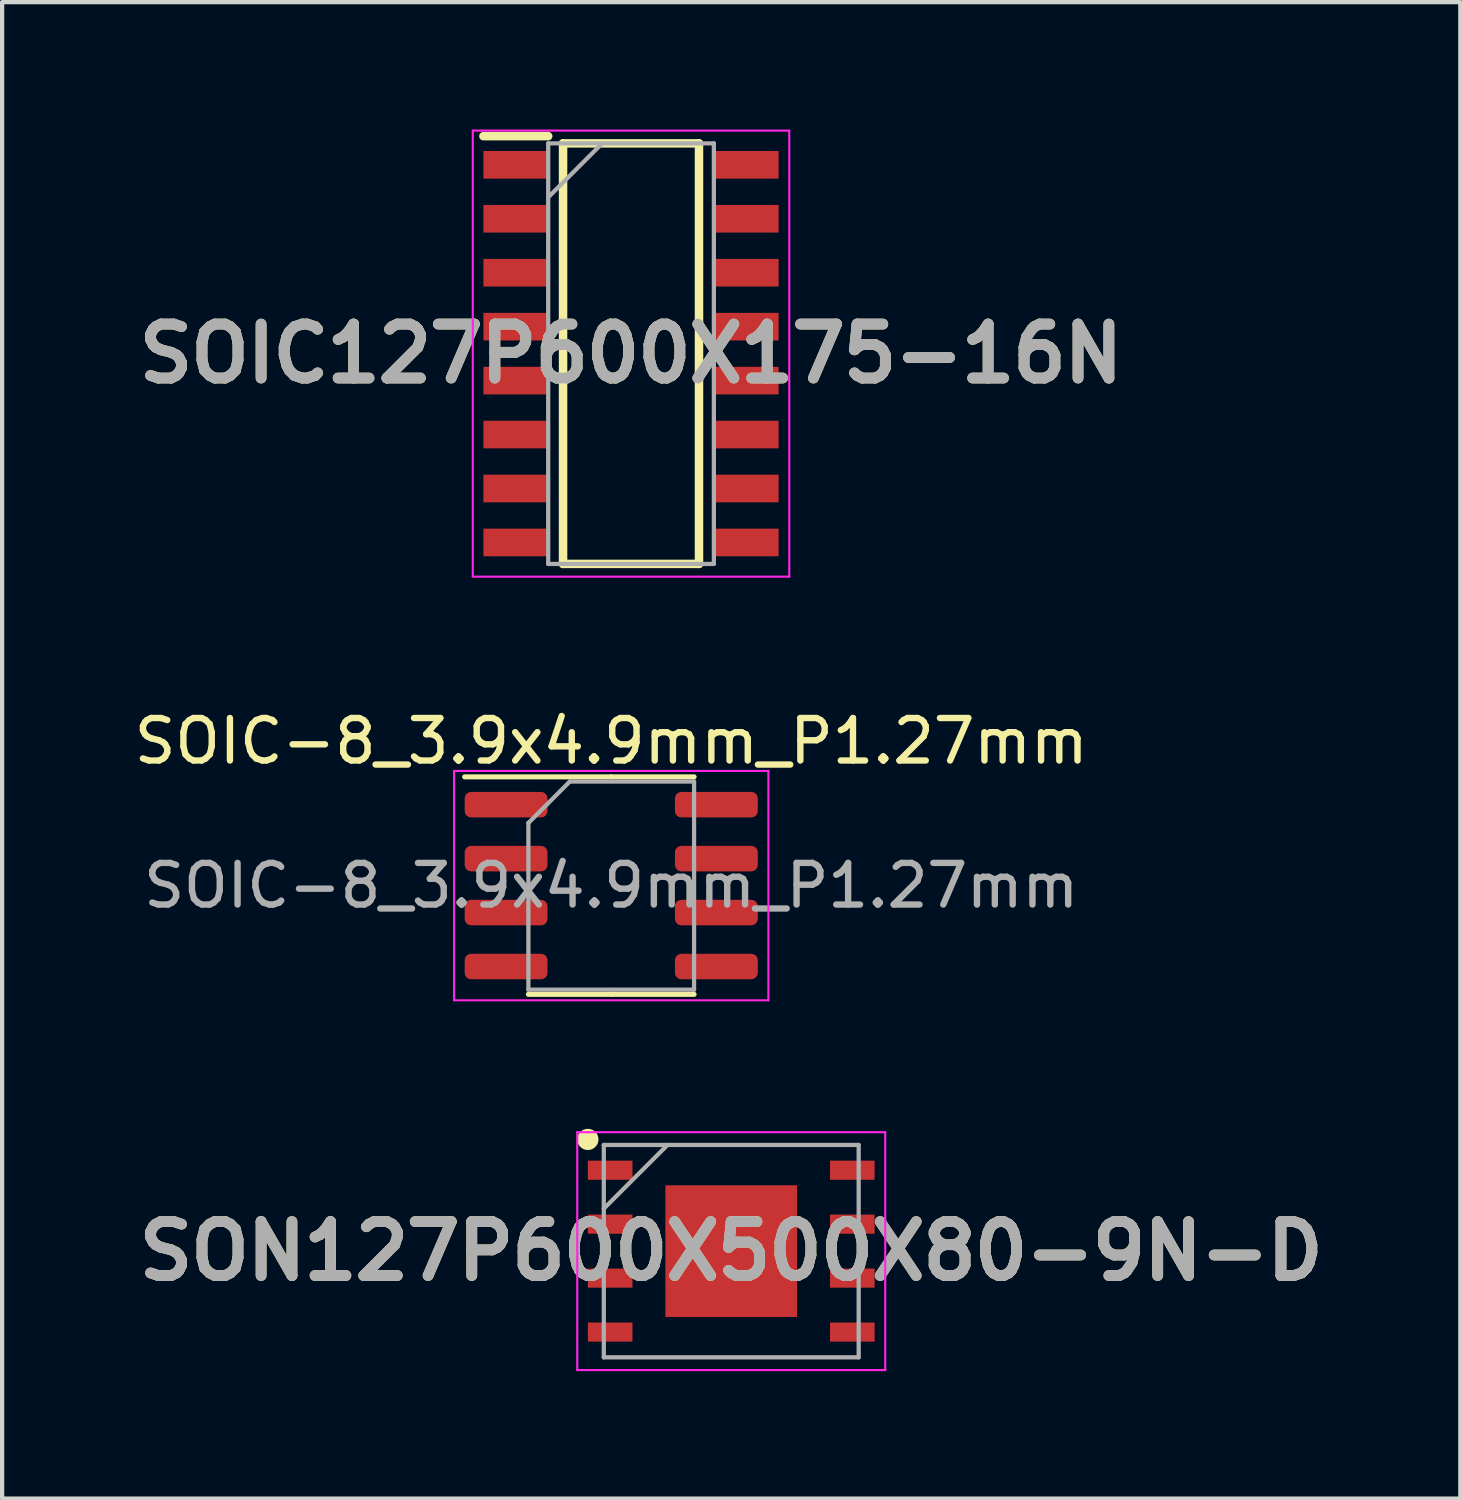
<source format=kicad_pcb>
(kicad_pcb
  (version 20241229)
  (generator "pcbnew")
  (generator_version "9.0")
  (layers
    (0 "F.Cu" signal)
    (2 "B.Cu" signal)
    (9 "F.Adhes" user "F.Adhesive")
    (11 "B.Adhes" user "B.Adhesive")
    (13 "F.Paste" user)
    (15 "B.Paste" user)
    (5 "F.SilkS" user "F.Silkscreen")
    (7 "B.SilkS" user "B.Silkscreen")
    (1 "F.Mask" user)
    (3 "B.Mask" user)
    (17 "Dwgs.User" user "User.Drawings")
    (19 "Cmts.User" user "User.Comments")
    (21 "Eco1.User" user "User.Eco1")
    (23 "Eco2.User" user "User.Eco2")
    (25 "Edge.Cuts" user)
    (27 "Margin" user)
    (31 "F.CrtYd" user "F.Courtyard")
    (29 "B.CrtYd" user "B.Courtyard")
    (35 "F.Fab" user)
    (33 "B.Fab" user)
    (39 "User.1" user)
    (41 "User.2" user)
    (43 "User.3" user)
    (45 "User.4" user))
  (footprint "SON127P600X500X80-9N-D"
    (layer "F.Cu")
    (at 14.164 26.403)
    (property "Reference" "SON127P600X500X80-9N-D" (at 0 0 0) (layer "F.SilkS") (effects (font (size 1.27 1.27) (thickness 0.254))))
    (attr smd)
    (fp_circle (center -3.375 -2.63) (end -3.375 -2.505) (stroke (width 0.25) (type solid)) (fill no) (layer "F.SilkS"))
    (fp_line (start -3.625 -2.8) (end 3.625 -2.8) (stroke (width 0.05) (type solid)) (layer "F.CrtYd"))
    (fp_line (start -3.625 2.8) (end -3.625 -2.8) (stroke (width 0.05) (type solid)) (layer "F.CrtYd"))
    (fp_line (start 3.625 -2.8) (end 3.625 2.8) (stroke (width 0.05) (type solid)) (layer "F.CrtYd"))
    (fp_line (start 3.625 2.8) (end -3.625 2.8) (stroke (width 0.05) (type solid)) (layer "F.CrtYd"))
    (fp_line (start -3 -2.5) (end 3 -2.5) (stroke (width 0.1) (type solid)) (layer "F.Fab"))
    (fp_line (start -3 -1) (end -1.5 -2.5) (stroke (width 0.1) (type solid)) (layer "F.Fab"))
    (fp_line (start -3 2.5) (end -3 -2.5) (stroke (width 0.1) (type solid)) (layer "F.Fab"))
    (fp_line (start 3 -2.5) (end 3 2.5) (stroke (width 0.1) (type solid)) (layer "F.Fab"))
    (fp_line (start 3 2.5) (end -3 2.5) (stroke (width 0.1) (type solid)) (layer "F.Fab"))
    (fp_text user "${REFERENCE}" (at 0 0 0) (layer "F.Fab") (effects (font (size 1.27 1.27) (thickness 0.254))))
    (pad "1" smd rect (at -2.85 -1.905 90) (size 0.45 1.05) (layers "F.Cu" "F.Mask" "F.Paste"))
    (pad "2" smd rect (at -2.85 -0.635 90) (size 0.45 1.05) (layers "F.Cu" "F.Mask" "F.Paste"))
    (pad "3" smd rect (at -2.85 0.635 90) (size 0.45 1.05) (layers "F.Cu" "F.Mask" "F.Paste"))
    (pad "4" smd rect (at -2.85 1.905 90) (size 0.45 1.05) (layers "F.Cu" "F.Mask" "F.Paste"))
    (pad "5" smd rect (at 2.85 1.905 90) (size 0.45 1.05) (layers "F.Cu" "F.Mask" "F.Paste"))
    (pad "6" smd rect (at 2.85 0.635 90) (size 0.45 1.05) (layers "F.Cu" "F.Mask" "F.Paste"))
    (pad "7" smd rect (at 2.85 -0.635 90) (size 0.45 1.05) (layers "F.Cu" "F.Mask" "F.Paste"))
    (pad "8" smd rect (at 2.85 -1.905 90) (size 0.45 1.05) (layers "F.Cu" "F.Mask" "F.Paste"))
    (pad "9" smd rect (at 0 0) (size 3.1 3.1) (layers "F.Cu" "F.Mask" "F.Paste")))
  (footprint "SOIC-8_3.9x4.9mm_P1.27mm"
    (layer "F.Cu")
    (at 11.339 17.798)
    (property "Reference" "SOIC-8_3.9x4.9mm_P1.27mm" (at 0 -3.4 0) (layer "F.SilkS") (effects (font (size 1 1) (thickness 0.15))))
    (attr smd)
    (fp_line (start 0 -2.56) (end -3.45 -2.56) (stroke (width 0.12) (type solid)) (layer "F.SilkS"))
    (fp_line (start 0 -2.56) (end 1.95 -2.56) (stroke (width 0.12) (type solid)) (layer "F.SilkS"))
    (fp_line (start 0 2.56) (end -1.95 2.56) (stroke (width 0.12) (type solid)) (layer "F.SilkS"))
    (fp_line (start 0 2.56) (end 1.95 2.56) (stroke (width 0.12) (type solid)) (layer "F.SilkS"))
    (fp_line (start -3.7 -2.7) (end -3.7 2.7) (stroke (width 0.05) (type solid)) (layer "F.CrtYd"))
    (fp_line (start -3.7 2.7) (end 3.7 2.7) (stroke (width 0.05) (type solid)) (layer "F.CrtYd"))
    (fp_line (start 3.7 -2.7) (end -3.7 -2.7) (stroke (width 0.05) (type solid)) (layer "F.CrtYd"))
    (fp_line (start 3.7 2.7) (end 3.7 -2.7) (stroke (width 0.05) (type solid)) (layer "F.CrtYd"))
    (fp_line (start -1.95 -1.475) (end -0.975 -2.45) (stroke (width 0.1) (type solid)) (layer "F.Fab"))
    (fp_line (start -1.95 2.45) (end -1.95 -1.475) (stroke (width 0.1) (type solid)) (layer "F.Fab"))
    (fp_line (start -0.975 -2.45) (end 1.95 -2.45) (stroke (width 0.1) (type solid)) (layer "F.Fab"))
    (fp_line (start 1.95 -2.45) (end 1.95 2.45) (stroke (width 0.1) (type solid)) (layer "F.Fab"))
    (fp_line (start 1.95 2.45) (end -1.95 2.45) (stroke (width 0.1) (type solid)) (layer "F.Fab"))
    (fp_text user "${REFERENCE}" (at 0 0 0) (layer "F.Fab") (effects (font (size 0.98 0.98) (thickness 0.15))))
    (pad "1" smd roundrect (at -2.475 -1.905) (size 1.95 0.6) (layers "F.Cu" "F.Mask" "F.Paste") (roundrect_rratio 0.25))
    (pad "2" smd roundrect (at -2.475 -0.635) (size 1.95 0.6) (layers "F.Cu" "F.Mask" "F.Paste") (roundrect_rratio 0.25))
    (pad "3" smd roundrect (at -2.475 0.635) (size 1.95 0.6) (layers "F.Cu" "F.Mask" "F.Paste") (roundrect_rratio 0.25))
    (pad "4" smd roundrect (at -2.475 1.905) (size 1.95 0.6) (layers "F.Cu" "F.Mask" "F.Paste") (roundrect_rratio 0.25))
    (pad "5" smd roundrect (at 2.475 1.905) (size 1.95 0.6) (layers "F.Cu" "F.Mask" "F.Paste") (roundrect_rratio 0.25))
    (pad "6" smd roundrect (at 2.475 0.635) (size 1.95 0.6) (layers "F.Cu" "F.Mask" "F.Paste") (roundrect_rratio 0.25))
    (pad "7" smd roundrect (at 2.475 -0.635) (size 1.95 0.6) (layers "F.Cu" "F.Mask" "F.Paste") (roundrect_rratio 0.25))
    (pad "8" smd roundrect (at 2.475 -1.905) (size 1.95 0.6) (layers "F.Cu" "F.Mask" "F.Paste") (roundrect_rratio 0.25)))
  (footprint "SOIC127P600X175-16N"
    (layer "F.Cu")
    (at 11.805 5.275)
    (property "Reference" "SOIC127P600X175-16N" (at 0 0 0) (layer "F.SilkS") (effects (font (size 1.27 1.27) (thickness 0.254))))
    (attr smd)
    (fp_line (start -3.475 -5.12) (end -1.95 -5.12) (stroke (width 0.2) (type solid)) (layer "F.SilkS"))
    (fp_line (start -1.6 -4.95) (end 1.6 -4.95) (stroke (width 0.2) (type solid)) (layer "F.SilkS"))
    (fp_line (start -1.6 4.95) (end -1.6 -4.95) (stroke (width 0.2) (type solid)) (layer "F.SilkS"))
    (fp_line (start 1.6 -4.95) (end 1.6 4.95) (stroke (width 0.2) (type solid)) (layer "F.SilkS"))
    (fp_line (start 1.6 4.95) (end -1.6 4.95) (stroke (width 0.2) (type solid)) (layer "F.SilkS"))
    (fp_line (start -3.725 -5.25) (end 3.725 -5.25) (stroke (width 0.05) (type solid)) (layer "F.CrtYd"))
    (fp_line (start -3.725 5.25) (end -3.725 -5.25) (stroke (width 0.05) (type solid)) (layer "F.CrtYd"))
    (fp_line (start 3.725 -5.25) (end 3.725 5.25) (stroke (width 0.05) (type solid)) (layer "F.CrtYd"))
    (fp_line (start 3.725 5.25) (end -3.725 5.25) (stroke (width 0.05) (type solid)) (layer "F.CrtYd"))
    (fp_line (start -1.95 -4.95) (end 1.95 -4.95) (stroke (width 0.1) (type solid)) (layer "F.Fab"))
    (fp_line (start -1.95 -3.68) (end -0.68 -4.95) (stroke (width 0.1) (type solid)) (layer "F.Fab"))
    (fp_line (start -1.95 4.95) (end -1.95 -4.95) (stroke (width 0.1) (type solid)) (layer "F.Fab"))
    (fp_line (start 1.95 -4.95) (end 1.95 4.95) (stroke (width 0.1) (type solid)) (layer "F.Fab"))
    (fp_line (start 1.95 4.95) (end -1.95 4.95) (stroke (width 0.1) (type solid)) (layer "F.Fab"))
    (fp_text user "${REFERENCE}" (at 0 0 0) (layer "F.Fab") (effects (font (size 1.27 1.27) (thickness 0.254))))
    (pad "1" smd rect (at -2.712 -4.445 90) (size 0.65 1.525) (layers "F.Cu" "F.Mask" "F.Paste"))
    (pad "2" smd rect (at -2.712 -3.175 90) (size 0.65 1.525) (layers "F.Cu" "F.Mask" "F.Paste"))
    (pad "3" smd rect (at -2.712 -1.905 90) (size 0.65 1.525) (layers "F.Cu" "F.Mask" "F.Paste"))
    (pad "4" smd rect (at -2.712 -0.635 90) (size 0.65 1.525) (layers "F.Cu" "F.Mask" "F.Paste"))
    (pad "5" smd rect (at -2.712 0.635 90) (size 0.65 1.525) (layers "F.Cu" "F.Mask" "F.Paste"))
    (pad "6" smd rect (at -2.712 1.905 90) (size 0.65 1.525) (layers "F.Cu" "F.Mask" "F.Paste"))
    (pad "7" smd rect (at -2.712 3.175 90) (size 0.65 1.525) (layers "F.Cu" "F.Mask" "F.Paste"))
    (pad "8" smd rect (at -2.712 4.445 90) (size 0.65 1.525) (layers "F.Cu" "F.Mask" "F.Paste"))
    (pad "9" smd rect (at 2.712 4.445 90) (size 0.65 1.525) (layers "F.Cu" "F.Mask" "F.Paste"))
    (pad "10" smd rect (at 2.712 3.175 90) (size 0.65 1.525) (layers "F.Cu" "F.Mask" "F.Paste"))
    (pad "11" smd rect (at 2.712 1.905 90) (size 0.65 1.525) (layers "F.Cu" "F.Mask" "F.Paste"))
    (pad "12" smd rect (at 2.712 0.635 90) (size 0.65 1.525) (layers "F.Cu" "F.Mask" "F.Paste"))
    (pad "13" smd rect (at 2.712 -0.635 90) (size 0.65 1.525) (layers "F.Cu" "F.Mask" "F.Paste"))
    (pad "14" smd rect (at 2.712 -1.905 90) (size 0.65 1.525) (layers "F.Cu" "F.Mask" "F.Paste"))
    (pad "15" smd rect (at 2.712 -3.175 90) (size 0.65 1.525) (layers "F.Cu" "F.Mask" "F.Paste"))
    (pad "16" smd rect (at 2.712 -4.445 90) (size 0.65 1.525) (layers "F.Cu" "F.Mask" "F.Paste")))
  (gr_rect
    (start -3 -3)
    (end 31.327 32.228)
    (stroke (width 0.1) (type default))
    (fill no)
    (layer "Edge.Cuts")))
</source>
